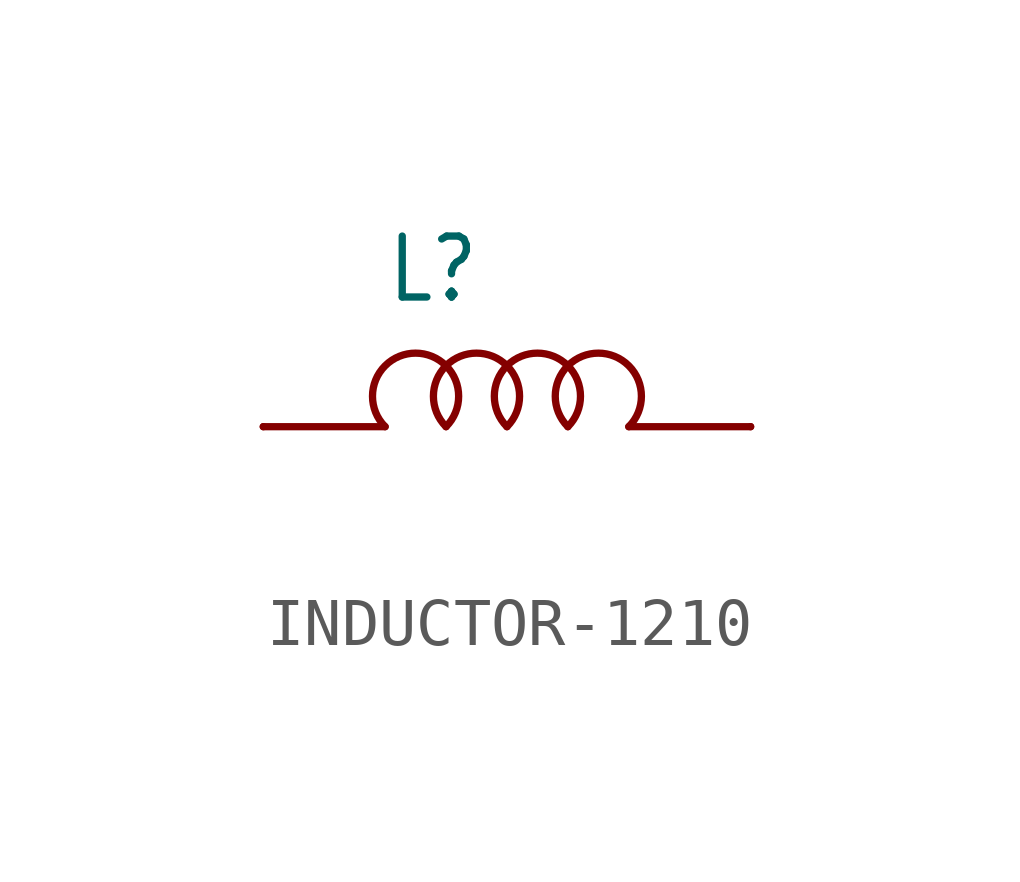
<source format=kicad_sym>
(kicad_symbol_lib
  (version 20231120)
  (generator "kicad_symbol_editor")
  (generator_version "8.0")
  (symbol "INDUCTOR-1210"
    (property "Reference" "L"
      (at -2.54 2.54 0)
      (effects (font (size 1.27 1.079)) (justify left bottom)))
    (property "Value" ""
      (at -2.54 -2.54 0)
      (effects (font (size 1.27 1.079)) (justify left bottom)))
    (property "ki_locked" ""
      (at 0 0 0)
      (effects (font (size 1.27 1.27))))
    (symbol "INDUCTOR-1210_1_0"
      (arc (start -1.2701 -0.0001) (mid -1.9049 1.5329) (end -2.54 0) (stroke (width 0.1524) (type solid)) (fill (type none)))
      (arc (start -0.0001 -0.0001) (mid -0.6349 1.5329) (end -1.27 0) (stroke (width 0.1524) (type solid)) (fill (type none)))
      (polyline (pts (xy -2.54 0) (xy -5.08 0)) (stroke (width 0.152) (type solid)) (fill (type none)))
      (polyline (pts (xy 2.54 0) (xy 5.08 0)) (stroke (width 0.152) (type solid)) (fill (type none)))
      (arc (start 1.2699 -0.0001) (mid 0.6351 1.5329) (end 0 0) (stroke (width 0.1524) (type solid)) (fill (type none)))
      (arc (start 2.5399 -0.0001) (mid 1.9051 1.5329) (end 1.27 0) (stroke (width 0.1524) (type solid)) (fill (type none)))
      (pin passive line (at -5.08 0 0) (length 0) (name "P$1" (effects (font (size 0 0)))) (number "1" (effects (font (size 0 0)))))
      (pin passive line (at 5.08 0 0) (length 0) (name "P$2" (effects (font (size 0 0)))) (number "2" (effects (font (size 0 0))))))))
</source>
